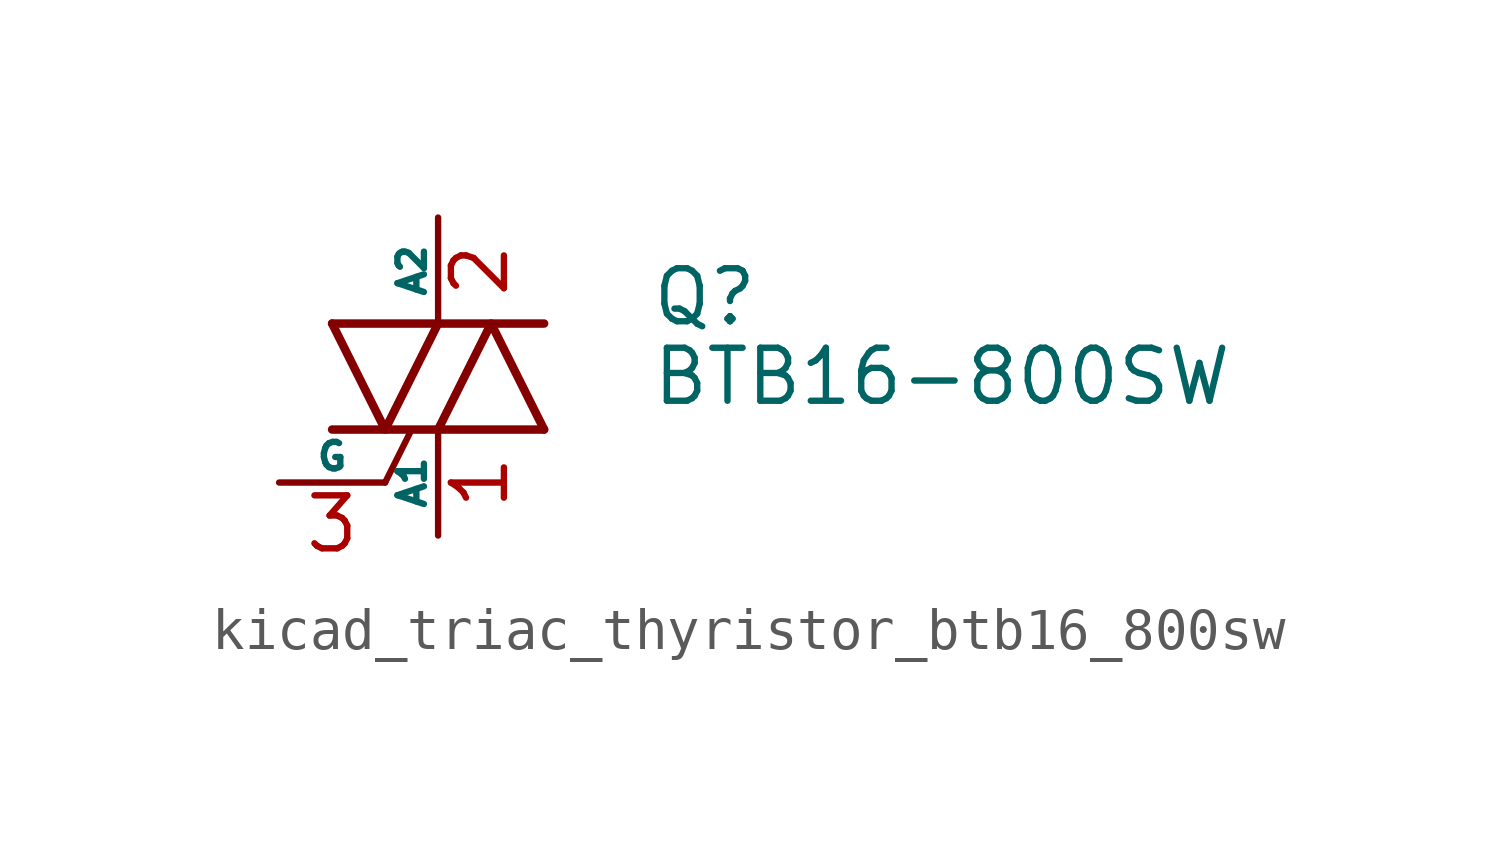
<source format=kicad_sym>
(kicad_symbol_lib
  (version 20220914)
  (generator kicad_symbol_editor)
  (symbol "kicad_triac_thyristor_btb16_800sw"
    (pin_names
      (offset 0))
    (property "Reference" "Q"
      (at 5.08 1.905 0)
      (effects (font (size 1.27 1.27)) (justify left)))
    (property "Value" "BTB16-800SW"
      (at 5.08 0 0)
      (effects (font (size 1.27 1.27)) (justify left)))
    (symbol "kicad_triac_thyristor_btb16_800sw_0_1"
      (polyline (pts (xy -2.54 -1.27) (xy 2.54 -1.27)) (stroke (width 0.203) (type default)) (fill (type none)))
      (polyline (pts (xy -2.54 1.27) (xy 2.54 1.27)) (stroke (width 0.203) (type default)) (fill (type none)))
      (polyline (pts (xy -1.27 -2.54) (xy -0.635 -1.27)) (stroke (width 0) (type default)) (fill (type none)))
      (polyline (pts (xy -2.54 1.27) (xy -1.27 -1.27) (xy 0 1.27)) (stroke (width 0.203) (type default)) (fill (type none)))
      (polyline (pts (xy 0 -1.27) (xy 1.27 1.27) (xy 2.54 -1.27)) (stroke (width 0.203) (type default)) (fill (type none))))
    (symbol "kicad_triac_thyristor_btb16_800sw_1_1"
      (pin passive line (at 0 -3.81 90) (length 2.54) (name "A1" (effects (font (size 0.635 0.635)))) (number "1" (effects (font (size 1.27 1.27)))))
      (pin passive line (at 0 3.81 270) (length 2.54) (name "A2" (effects (font (size 0.635 0.635)))) (number "2" (effects (font (size 1.27 1.27)))))
      (pin input line (at -3.81 -2.54 0) (length 2.54) (name "G" (effects (font (size 0.635 0.635)))) (number "3" (effects (font (size 1.27 1.27))))))))
</source>
